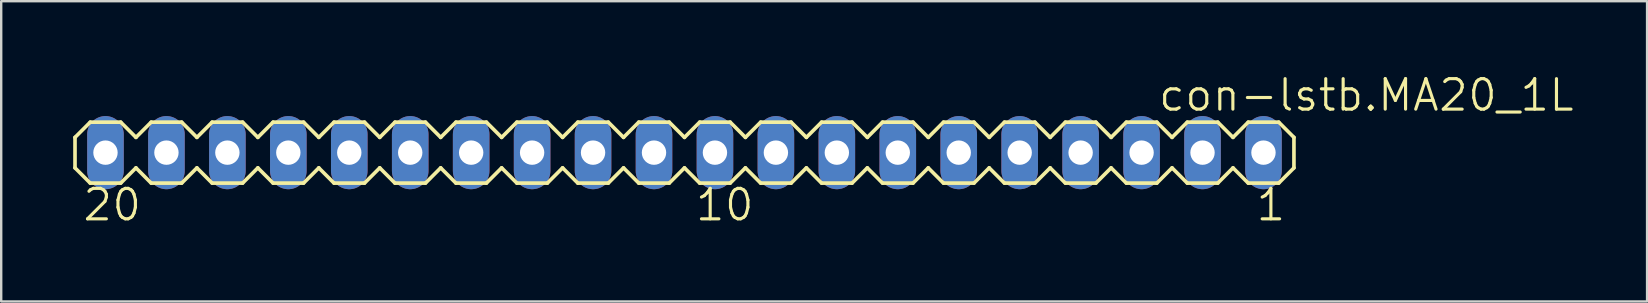
<source format=kicad_pcb>
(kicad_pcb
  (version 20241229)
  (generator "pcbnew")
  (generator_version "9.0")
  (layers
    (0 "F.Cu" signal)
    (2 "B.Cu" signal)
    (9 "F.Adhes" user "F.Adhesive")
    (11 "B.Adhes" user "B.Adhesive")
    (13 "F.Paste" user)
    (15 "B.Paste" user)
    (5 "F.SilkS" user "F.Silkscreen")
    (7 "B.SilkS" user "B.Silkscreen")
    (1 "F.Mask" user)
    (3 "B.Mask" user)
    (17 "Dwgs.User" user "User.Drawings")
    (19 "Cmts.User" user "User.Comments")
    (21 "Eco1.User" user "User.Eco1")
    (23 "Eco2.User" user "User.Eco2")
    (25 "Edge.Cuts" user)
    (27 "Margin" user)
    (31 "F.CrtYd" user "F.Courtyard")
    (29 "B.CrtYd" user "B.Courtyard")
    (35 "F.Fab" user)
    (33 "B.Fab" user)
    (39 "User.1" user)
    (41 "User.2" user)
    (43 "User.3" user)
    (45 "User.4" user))
  (footprint "con-lstb.MA20_1L"
    (layer "F.Cu")
    (at 25.476 3.311)
    (property "Reference" "con-lstb.MA20_1L" (at 19.685 -1.651 0) (layer "F.SilkS") (effects (font (size 1.27 1.27) (thickness 0.13)) (justify left bottom)))
    (attr through_hole)
    (fp_line (start -25.4 -0.635) (end -24.765 -1.27) (stroke (width 0.152) (type default)) (layer "F.SilkS"))
    (fp_line (start -25.4 0.635) (end -25.4 -0.635) (stroke (width 0.152) (type default)) (layer "F.SilkS"))
    (fp_line (start -24.765 -1.27) (end -23.495 -1.27) (stroke (width 0.152) (type default)) (layer "F.SilkS"))
    (fp_line (start -24.765 1.27) (end -25.4 0.635) (stroke (width 0.152) (type default)) (layer "F.SilkS"))
    (fp_line (start -23.495 -1.27) (end -22.86 -0.635) (stroke (width 0.152) (type default)) (layer "F.SilkS"))
    (fp_line (start -23.495 1.27) (end -24.765 1.27) (stroke (width 0.152) (type default)) (layer "F.SilkS"))
    (fp_line (start -22.86 -0.635) (end -22.225 -1.27) (stroke (width 0.152) (type default)) (layer "F.SilkS"))
    (fp_line (start -22.86 0.635) (end -23.495 1.27) (stroke (width 0.152) (type default)) (layer "F.SilkS"))
    (fp_line (start -22.225 -1.27) (end -20.955 -1.27) (stroke (width 0.152) (type default)) (layer "F.SilkS"))
    (fp_line (start -22.225 1.27) (end -22.86 0.635) (stroke (width 0.152) (type default)) (layer "F.SilkS"))
    (fp_line (start -20.955 1.27) (end -22.225 1.27) (stroke (width 0.152) (type default)) (layer "F.SilkS"))
    (fp_line (start -20.955 1.27) (end -20.32 0.635) (stroke (width 0.152) (type default)) (layer "F.SilkS"))
    (fp_line (start -20.32 -0.635) (end -20.955 -1.27) (stroke (width 0.152) (type default)) (layer "F.SilkS"))
    (fp_line (start -20.32 -0.635) (end -19.685 -1.27) (stroke (width 0.152) (type default)) (layer "F.SilkS"))
    (fp_line (start -19.685 -1.27) (end -18.415 -1.27) (stroke (width 0.152) (type default)) (layer "F.SilkS"))
    (fp_line (start -19.685 1.27) (end -20.32 0.635) (stroke (width 0.152) (type default)) (layer "F.SilkS"))
    (fp_line (start -18.415 -1.27) (end -17.78 -0.635) (stroke (width 0.152) (type default)) (layer "F.SilkS"))
    (fp_line (start -18.415 1.27) (end -19.685 1.27) (stroke (width 0.152) (type default)) (layer "F.SilkS"))
    (fp_line (start -17.78 -0.635) (end -17.145 -1.27) (stroke (width 0.152) (type default)) (layer "F.SilkS"))
    (fp_line (start -17.78 0.635) (end -18.415 1.27) (stroke (width 0.152) (type default)) (layer "F.SilkS"))
    (fp_line (start -17.145 -1.27) (end -15.875 -1.27) (stroke (width 0.152) (type default)) (layer "F.SilkS"))
    (fp_line (start -17.145 1.27) (end -17.78 0.635) (stroke (width 0.152) (type default)) (layer "F.SilkS"))
    (fp_line (start -15.875 -1.27) (end -15.24 -0.635) (stroke (width 0.152) (type default)) (layer "F.SilkS"))
    (fp_line (start -15.875 1.27) (end -17.145 1.27) (stroke (width 0.152) (type default)) (layer "F.SilkS"))
    (fp_line (start -15.24 -0.635) (end -14.605 -1.27) (stroke (width 0.152) (type default)) (layer "F.SilkS"))
    (fp_line (start -15.24 0.635) (end -15.875 1.27) (stroke (width 0.152) (type default)) (layer "F.SilkS"))
    (fp_line (start -14.605 -1.27) (end -13.335 -1.27) (stroke (width 0.152) (type default)) (layer "F.SilkS"))
    (fp_line (start -14.605 1.27) (end -15.24 0.635) (stroke (width 0.152) (type default)) (layer "F.SilkS"))
    (fp_line (start -13.335 1.27) (end -14.605 1.27) (stroke (width 0.152) (type default)) (layer "F.SilkS"))
    (fp_line (start -13.335 1.27) (end -12.7 0.635) (stroke (width 0.152) (type default)) (layer "F.SilkS"))
    (fp_line (start -12.7 -0.635) (end -13.335 -1.27) (stroke (width 0.152) (type default)) (layer "F.SilkS"))
    (fp_line (start -12.7 -0.635) (end -12.065 -1.27) (stroke (width 0.152) (type default)) (layer "F.SilkS"))
    (fp_line (start -12.065 -1.27) (end -10.795 -1.27) (stroke (width 0.152) (type default)) (layer "F.SilkS"))
    (fp_line (start -12.065 1.27) (end -12.7 0.635) (stroke (width 0.152) (type default)) (layer "F.SilkS"))
    (fp_line (start -10.795 -1.27) (end -10.16 -0.635) (stroke (width 0.152) (type default)) (layer "F.SilkS"))
    (fp_line (start -10.795 1.27) (end -12.065 1.27) (stroke (width 0.152) (type default)) (layer "F.SilkS"))
    (fp_line (start -10.16 -0.635) (end -9.525 -1.27) (stroke (width 0.152) (type default)) (layer "F.SilkS"))
    (fp_line (start -10.16 0.635) (end -10.795 1.27) (stroke (width 0.152) (type default)) (layer "F.SilkS"))
    (fp_line (start -9.525 -1.27) (end -8.255 -1.27) (stroke (width 0.152) (type default)) (layer "F.SilkS"))
    (fp_line (start -9.525 1.27) (end -10.16 0.635) (stroke (width 0.152) (type default)) (layer "F.SilkS"))
    (fp_line (start -8.255 1.27) (end -9.525 1.27) (stroke (width 0.152) (type default)) (layer "F.SilkS"))
    (fp_line (start -8.255 1.27) (end -7.62 0.635) (stroke (width 0.152) (type default)) (layer "F.SilkS"))
    (fp_line (start -7.62 -0.635) (end -8.255 -1.27) (stroke (width 0.152) (type default)) (layer "F.SilkS"))
    (fp_line (start -7.62 -0.635) (end -6.985 -1.27) (stroke (width 0.152) (type default)) (layer "F.SilkS"))
    (fp_line (start -6.985 -1.27) (end -5.715 -1.27) (stroke (width 0.152) (type default)) (layer "F.SilkS"))
    (fp_line (start -6.985 1.27) (end -7.62 0.635) (stroke (width 0.152) (type default)) (layer "F.SilkS"))
    (fp_line (start -5.715 -1.27) (end -5.08 -0.635) (stroke (width 0.152) (type default)) (layer "F.SilkS"))
    (fp_line (start -5.715 1.27) (end -6.985 1.27) (stroke (width 0.152) (type default)) (layer "F.SilkS"))
    (fp_line (start -5.08 -0.635) (end -4.445 -1.27) (stroke (width 0.152) (type default)) (layer "F.SilkS"))
    (fp_line (start -5.08 0.635) (end -5.715 1.27) (stroke (width 0.152) (type default)) (layer "F.SilkS"))
    (fp_line (start -4.445 -1.27) (end -3.175 -1.27) (stroke (width 0.152) (type default)) (layer "F.SilkS"))
    (fp_line (start -4.445 1.27) (end -5.08 0.635) (stroke (width 0.152) (type default)) (layer "F.SilkS"))
    (fp_line (start -3.175 -1.27) (end -2.54 -0.635) (stroke (width 0.152) (type default)) (layer "F.SilkS"))
    (fp_line (start -3.175 1.27) (end -4.445 1.27) (stroke (width 0.152) (type default)) (layer "F.SilkS"))
    (fp_line (start -2.54 -0.635) (end -1.905 -1.27) (stroke (width 0.152) (type default)) (layer "F.SilkS"))
    (fp_line (start -2.54 0.635) (end -3.175 1.27) (stroke (width 0.152) (type default)) (layer "F.SilkS"))
    (fp_line (start -1.905 -1.27) (end -0.635 -1.27) (stroke (width 0.152) (type default)) (layer "F.SilkS"))
    (fp_line (start -1.905 1.27) (end -2.54 0.635) (stroke (width 0.152) (type default)) (layer "F.SilkS"))
    (fp_line (start -0.635 1.27) (end -1.905 1.27) (stroke (width 0.152) (type default)) (layer "F.SilkS"))
    (fp_line (start -0.635 1.27) (end 0 0.635) (stroke (width 0.152) (type default)) (layer "F.SilkS"))
    (fp_line (start 0 -0.635) (end -0.635 -1.27) (stroke (width 0.152) (type default)) (layer "F.SilkS"))
    (fp_line (start 0 -0.635) (end 0.635 -1.27) (stroke (width 0.152) (type default)) (layer "F.SilkS"))
    (fp_line (start 0.635 -1.27) (end 1.905 -1.27) (stroke (width 0.152) (type default)) (layer "F.SilkS"))
    (fp_line (start 0.635 1.27) (end 0 0.635) (stroke (width 0.152) (type default)) (layer "F.SilkS"))
    (fp_line (start 1.905 -1.27) (end 2.54 -0.635) (stroke (width 0.152) (type default)) (layer "F.SilkS"))
    (fp_line (start 1.905 1.27) (end 0.635 1.27) (stroke (width 0.152) (type default)) (layer "F.SilkS"))
    (fp_line (start 2.54 -0.635) (end 3.175 -1.27) (stroke (width 0.152) (type default)) (layer "F.SilkS"))
    (fp_line (start 2.54 0.635) (end 1.905 1.27) (stroke (width 0.152) (type default)) (layer "F.SilkS"))
    (fp_line (start 3.175 -1.27) (end 4.445 -1.27) (stroke (width 0.152) (type default)) (layer "F.SilkS"))
    (fp_line (start 3.175 1.27) (end 2.54 0.635) (stroke (width 0.152) (type default)) (layer "F.SilkS"))
    (fp_line (start 4.445 1.27) (end 3.175 1.27) (stroke (width 0.152) (type default)) (layer "F.SilkS"))
    (fp_line (start 4.445 1.27) (end 5.08 0.635) (stroke (width 0.152) (type default)) (layer "F.SilkS"))
    (fp_line (start 5.08 -0.635) (end 4.445 -1.27) (stroke (width 0.152) (type default)) (layer "F.SilkS"))
    (fp_line (start 5.08 -0.635) (end 5.715 -1.27) (stroke (width 0.152) (type default)) (layer "F.SilkS"))
    (fp_line (start 5.715 -1.27) (end 6.985 -1.27) (stroke (width 0.152) (type default)) (layer "F.SilkS"))
    (fp_line (start 5.715 1.27) (end 5.08 0.635) (stroke (width 0.152) (type default)) (layer "F.SilkS"))
    (fp_line (start 6.985 -1.27) (end 7.62 -0.635) (stroke (width 0.152) (type default)) (layer "F.SilkS"))
    (fp_line (start 6.985 1.27) (end 5.715 1.27) (stroke (width 0.152) (type default)) (layer "F.SilkS"))
    (fp_line (start 7.62 -0.635) (end 8.255 -1.27) (stroke (width 0.152) (type default)) (layer "F.SilkS"))
    (fp_line (start 7.62 0.635) (end 6.985 1.27) (stroke (width 0.152) (type default)) (layer "F.SilkS"))
    (fp_line (start 8.255 -1.27) (end 9.525 -1.27) (stroke (width 0.152) (type default)) (layer "F.SilkS"))
    (fp_line (start 8.255 1.27) (end 7.62 0.635) (stroke (width 0.152) (type default)) (layer "F.SilkS"))
    (fp_line (start 9.525 -1.27) (end 10.16 -0.635) (stroke (width 0.152) (type default)) (layer "F.SilkS"))
    (fp_line (start 9.525 1.27) (end 8.255 1.27) (stroke (width 0.152) (type default)) (layer "F.SilkS"))
    (fp_line (start 10.16 -0.635) (end 10.795 -1.27) (stroke (width 0.152) (type default)) (layer "F.SilkS"))
    (fp_line (start 10.16 0.635) (end 9.525 1.27) (stroke (width 0.152) (type default)) (layer "F.SilkS"))
    (fp_line (start 10.795 -1.27) (end 12.065 -1.27) (stroke (width 0.152) (type default)) (layer "F.SilkS"))
    (fp_line (start 10.795 1.27) (end 10.16 0.635) (stroke (width 0.152) (type default)) (layer "F.SilkS"))
    (fp_line (start 12.065 1.27) (end 10.795 1.27) (stroke (width 0.152) (type default)) (layer "F.SilkS"))
    (fp_line (start 12.065 1.27) (end 12.7 0.635) (stroke (width 0.152) (type default)) (layer "F.SilkS"))
    (fp_line (start 12.7 -0.635) (end 12.065 -1.27) (stroke (width 0.152) (type default)) (layer "F.SilkS"))
    (fp_line (start 12.7 -0.635) (end 13.335 -1.27) (stroke (width 0.152) (type default)) (layer "F.SilkS"))
    (fp_line (start 13.335 -1.27) (end 14.605 -1.27) (stroke (width 0.152) (type default)) (layer "F.SilkS"))
    (fp_line (start 13.335 1.27) (end 12.7 0.635) (stroke (width 0.152) (type default)) (layer "F.SilkS"))
    (fp_line (start 14.605 -1.27) (end 15.24 -0.635) (stroke (width 0.152) (type default)) (layer "F.SilkS"))
    (fp_line (start 14.605 1.27) (end 13.335 1.27) (stroke (width 0.152) (type default)) (layer "F.SilkS"))
    (fp_line (start 15.24 -0.635) (end 15.875 -1.27) (stroke (width 0.152) (type default)) (layer "F.SilkS"))
    (fp_line (start 15.24 0.635) (end 14.605 1.27) (stroke (width 0.152) (type default)) (layer "F.SilkS"))
    (fp_line (start 15.875 -1.27) (end 17.145 -1.27) (stroke (width 0.152) (type default)) (layer "F.SilkS"))
    (fp_line (start 15.875 1.27) (end 15.24 0.635) (stroke (width 0.152) (type default)) (layer "F.SilkS"))
    (fp_line (start 17.145 1.27) (end 15.875 1.27) (stroke (width 0.152) (type default)) (layer "F.SilkS"))
    (fp_line (start 17.145 1.27) (end 17.78 0.635) (stroke (width 0.152) (type default)) (layer "F.SilkS"))
    (fp_line (start 17.78 -0.635) (end 17.145 -1.27) (stroke (width 0.152) (type default)) (layer "F.SilkS"))
    (fp_line (start 17.78 -0.635) (end 18.415 -1.27) (stroke (width 0.152) (type default)) (layer "F.SilkS"))
    (fp_line (start 18.415 -1.27) (end 19.685 -1.27) (stroke (width 0.152) (type default)) (layer "F.SilkS"))
    (fp_line (start 18.415 1.27) (end 17.78 0.635) (stroke (width 0.152) (type default)) (layer "F.SilkS"))
    (fp_line (start 19.685 -1.27) (end 20.32 -0.635) (stroke (width 0.152) (type default)) (layer "F.SilkS"))
    (fp_line (start 19.685 1.27) (end 18.415 1.27) (stroke (width 0.152) (type default)) (layer "F.SilkS"))
    (fp_line (start 20.32 -0.635) (end 20.955 -1.27) (stroke (width 0.152) (type default)) (layer "F.SilkS"))
    (fp_line (start 20.32 0.635) (end 19.685 1.27) (stroke (width 0.152) (type default)) (layer "F.SilkS"))
    (fp_line (start 20.955 -1.27) (end 22.225 -1.27) (stroke (width 0.152) (type default)) (layer "F.SilkS"))
    (fp_line (start 20.955 1.27) (end 20.32 0.635) (stroke (width 0.152) (type default)) (layer "F.SilkS"))
    (fp_line (start 22.225 -1.27) (end 22.86 -0.635) (stroke (width 0.152) (type default)) (layer "F.SilkS"))
    (fp_line (start 22.225 1.27) (end 20.955 1.27) (stroke (width 0.152) (type default)) (layer "F.SilkS"))
    (fp_line (start 22.86 -0.635) (end 23.495 -1.27) (stroke (width 0.152) (type default)) (layer "F.SilkS"))
    (fp_line (start 22.86 0.635) (end 22.225 1.27) (stroke (width 0.152) (type default)) (layer "F.SilkS"))
    (fp_line (start 23.495 -1.27) (end 24.765 -1.27) (stroke (width 0.152) (type default)) (layer "F.SilkS"))
    (fp_line (start 23.495 1.27) (end 22.86 0.635) (stroke (width 0.152) (type default)) (layer "F.SilkS"))
    (fp_line (start 24.765 1.27) (end 23.495 1.27) (stroke (width 0.152) (type default)) (layer "F.SilkS"))
    (fp_line (start 24.765 1.27) (end 25.4 0.635) (stroke (width 0.152) (type default)) (layer "F.SilkS"))
    (fp_line (start 25.4 -0.635) (end 24.765 -1.27) (stroke (width 0.152) (type default)) (layer "F.SilkS"))
    (fp_line (start 25.4 0.635) (end 25.4 -0.635) (stroke (width 0.152) (type default)) (layer "F.SilkS"))
    (fp_rect (start -24.46 0.33) (end -23.8 -0.33) (stroke (width 0.05) (type default)) (fill no) (layer "F.Fab"))
    (fp_rect (start -21.92 0.33) (end -21.26 -0.33) (stroke (width 0.05) (type default)) (fill no) (layer "F.Fab"))
    (fp_rect (start -19.38 0.33) (end -18.72 -0.33) (stroke (width 0.05) (type default)) (fill no) (layer "F.Fab"))
    (fp_rect (start -16.84 0.33) (end -16.18 -0.33) (stroke (width 0.05) (type default)) (fill no) (layer "F.Fab"))
    (fp_rect (start -14.3 0.33) (end -13.64 -0.33) (stroke (width 0.05) (type default)) (fill no) (layer "F.Fab"))
    (fp_rect (start -11.76 0.33) (end -11.1 -0.33) (stroke (width 0.05) (type default)) (fill no) (layer "F.Fab"))
    (fp_rect (start -9.22 0.33) (end -8.56 -0.33) (stroke (width 0.05) (type default)) (fill no) (layer "F.Fab"))
    (fp_rect (start -6.68 0.33) (end -6.02 -0.33) (stroke (width 0.05) (type default)) (fill no) (layer "F.Fab"))
    (fp_rect (start -4.14 0.33) (end -3.48 -0.33) (stroke (width 0.05) (type default)) (fill no) (layer "F.Fab"))
    (fp_rect (start -1.6 0.33) (end -0.94 -0.33) (stroke (width 0.05) (type default)) (fill no) (layer "F.Fab"))
    (fp_rect (start 0.94 0.33) (end 1.6 -0.33) (stroke (width 0.05) (type default)) (fill no) (layer "F.Fab"))
    (fp_rect (start 3.48 0.33) (end 4.14 -0.33) (stroke (width 0.05) (type default)) (fill no) (layer "F.Fab"))
    (fp_rect (start 6.02 0.33) (end 6.68 -0.33) (stroke (width 0.05) (type default)) (fill no) (layer "F.Fab"))
    (fp_rect (start 8.56 0.33) (end 9.22 -0.33) (stroke (width 0.05) (type default)) (fill no) (layer "F.Fab"))
    (fp_rect (start 11.1 0.33) (end 11.76 -0.33) (stroke (width 0.05) (type default)) (fill no) (layer "F.Fab"))
    (fp_rect (start 13.64 0.33) (end 14.3 -0.33) (stroke (width 0.05) (type default)) (fill no) (layer "F.Fab"))
    (fp_rect (start 16.18 0.33) (end 16.84 -0.33) (stroke (width 0.05) (type default)) (fill no) (layer "F.Fab"))
    (fp_rect (start 18.72 0.33) (end 19.38 -0.33) (stroke (width 0.05) (type default)) (fill no) (layer "F.Fab"))
    (fp_rect (start 21.26 0.33) (end 21.92 -0.33) (stroke (width 0.05) (type default)) (fill no) (layer "F.Fab"))
    (fp_rect (start 23.8 0.33) (end 24.46 -0.33) (stroke (width 0.05) (type default)) (fill no) (layer "F.Fab"))
    (fp_text user "1" (at 23.749 2.921 0) (layer "F.SilkS") (effects (font (size 1.27 1.27) (thickness 0.13)) (justify left bottom)))
    (fp_text user "10" (at 0.381 2.921 0) (layer "F.SilkS") (effects (font (size 1.27 1.27) (thickness 0.13)) (justify left bottom)))
    (fp_text user "20" (at -25.146 2.921 0) (layer "F.SilkS") (effects (font (size 1.27 1.27) (thickness 0.13)) (justify left bottom)))
    (pad "1" thru_hole oval (at 24.13 0 90) (size 3.048 1.524) (drill 1.016) (layers "*.Cu" "*.Mask"))
    (pad "2" thru_hole oval (at 21.59 0 90) (size 3.048 1.524) (drill 1.016) (layers "*.Cu" "*.Mask"))
    (pad "3" thru_hole oval (at 19.05 0 90) (size 3.048 1.524) (drill 1.016) (layers "*.Cu" "*.Mask"))
    (pad "4" thru_hole oval (at 16.51 0 90) (size 3.048 1.524) (drill 1.016) (layers "*.Cu" "*.Mask"))
    (pad "5" thru_hole oval (at 13.97 0 90) (size 3.048 1.524) (drill 1.016) (layers "*.Cu" "*.Mask"))
    (pad "6" thru_hole oval (at 11.43 0 90) (size 3.048 1.524) (drill 1.016) (layers "*.Cu" "*.Mask"))
    (pad "7" thru_hole oval (at 8.89 0 90) (size 3.048 1.524) (drill 1.016) (layers "*.Cu" "*.Mask"))
    (pad "8" thru_hole oval (at 6.35 0 90) (size 3.048 1.524) (drill 1.016) (layers "*.Cu" "*.Mask"))
    (pad "9" thru_hole oval (at 3.81 0 90) (size 3.048 1.524) (drill 1.016) (layers "*.Cu" "*.Mask"))
    (pad "10" thru_hole oval (at 1.27 0 90) (size 3.048 1.524) (drill 1.016) (layers "*.Cu" "*.Mask"))
    (pad "11" thru_hole oval (at -1.27 0 90) (size 3.048 1.524) (drill 1.016) (layers "*.Cu" "*.Mask"))
    (pad "12" thru_hole oval (at -3.81 0 90) (size 3.048 1.524) (drill 1.016) (layers "*.Cu" "*.Mask"))
    (pad "13" thru_hole oval (at -6.35 0 90) (size 3.048 1.524) (drill 1.016) (layers "*.Cu" "*.Mask"))
    (pad "14" thru_hole oval (at -8.89 0 90) (size 3.048 1.524) (drill 1.016) (layers "*.Cu" "*.Mask"))
    (pad "15" thru_hole oval (at -11.43 0 90) (size 3.048 1.524) (drill 1.016) (layers "*.Cu" "*.Mask"))
    (pad "16" thru_hole oval (at -13.97 0 90) (size 3.048 1.524) (drill 1.016) (layers "*.Cu" "*.Mask"))
    (pad "17" thru_hole oval (at -16.51 0 90) (size 3.048 1.524) (drill 1.016) (layers "*.Cu" "*.Mask"))
    (pad "18" thru_hole oval (at -19.05 0 90) (size 3.048 1.524) (drill 1.016) (layers "*.Cu" "*.Mask"))
    (pad "19" thru_hole oval (at -21.59 0 90) (size 3.048 1.524) (drill 1.016) (layers "*.Cu" "*.Mask"))
    (pad "20" thru_hole oval (at -24.13 0 90) (size 3.048 1.524) (drill 1.016) (layers "*.Cu" "*.Mask")))
  (gr_rect
    (start -3 -3)
    (end 65.593 9.514)
    (stroke (width 0.1) (type default))
    (fill no)
    (layer "Edge.Cuts")))
</source>
